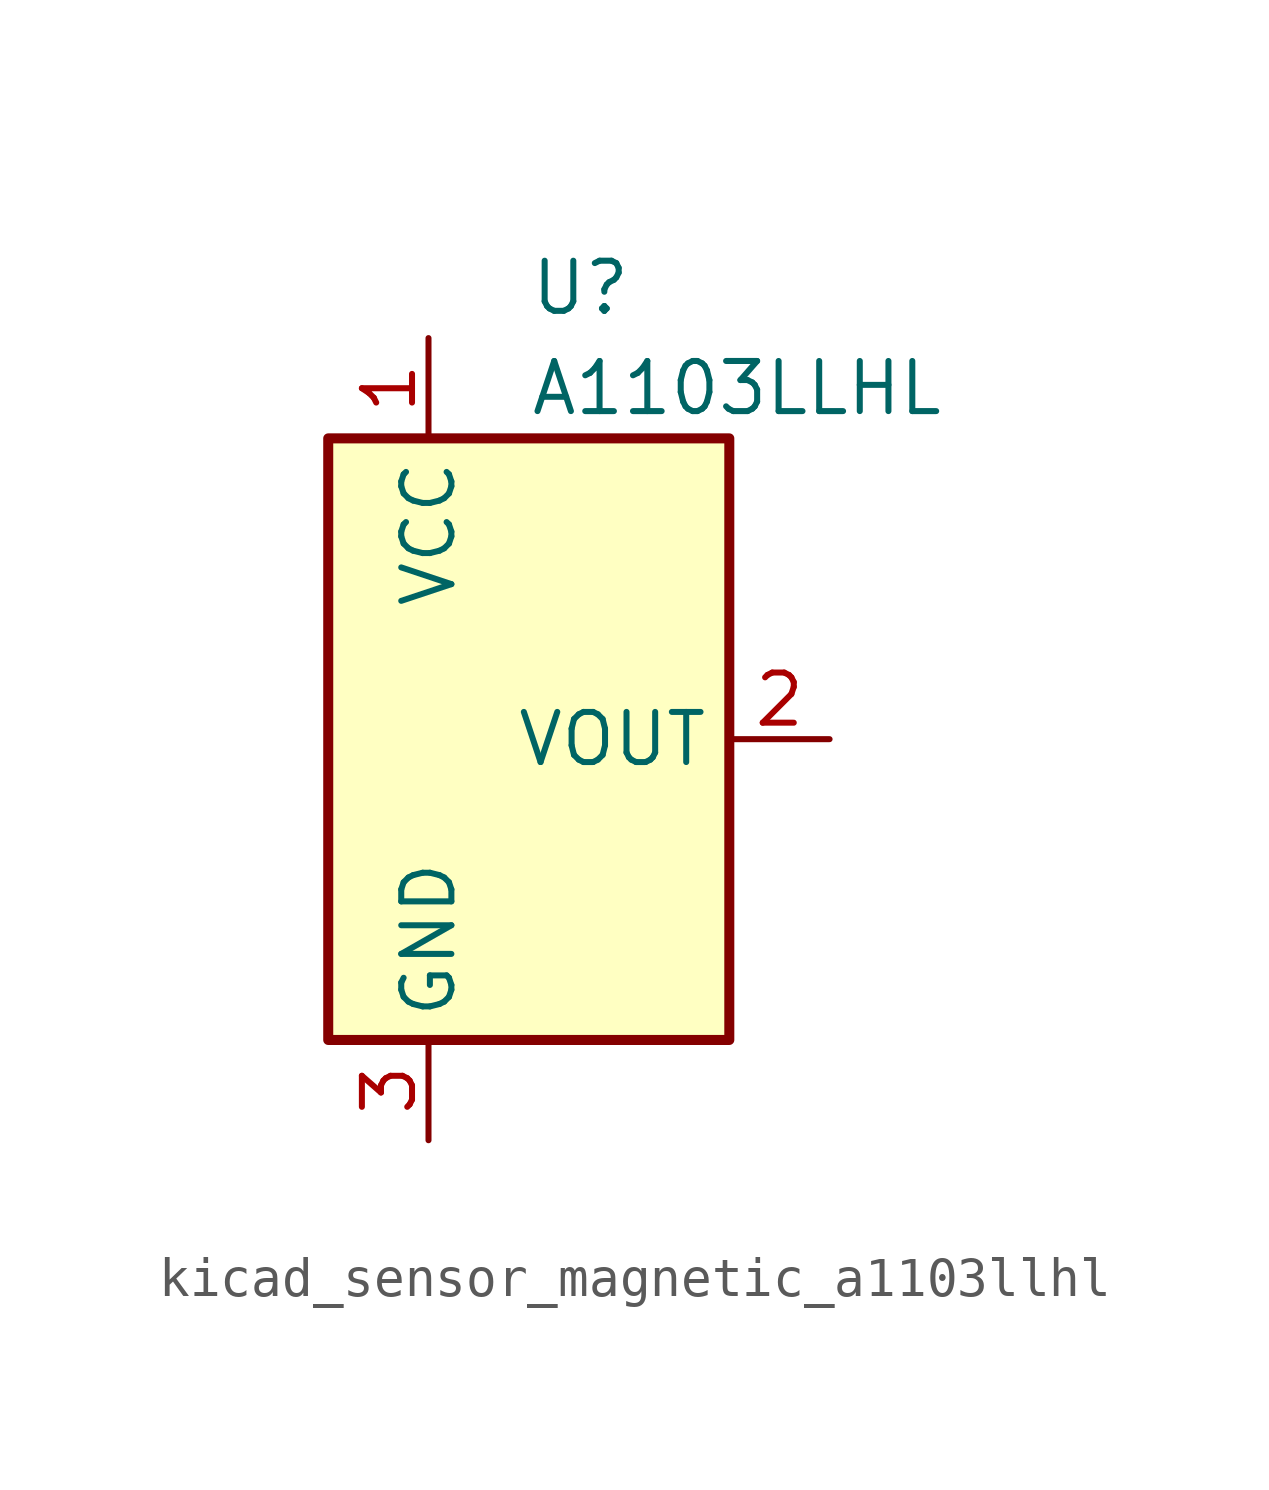
<source format=kicad_sym>
(kicad_symbol_lib
  (version 20220914)
  (generator kicad_symbol_editor)
  (symbol "kicad_sensor_magnetic_a1103llhl"
    (property "Reference" "U"
      (at 0 11.43 0)
      (effects (font (size 1.27 1.27)) (justify left)))
    (property "Value" "A1103LLHL"
      (at 0 8.89 0)
      (effects (font (size 1.27 1.27)) (justify left)))
    (symbol "kicad_sensor_magnetic_a1103llhl_0_1"
      (rectangle (start -5.08 7.62) (end 5.08 -7.62) (stroke (width 0.254) (type default)) (fill (type background))))
    (symbol "kicad_sensor_magnetic_a1103llhl_1_1"
      (pin power_in line (at -2.54 10.16 270) (length 2.54) (name "VCC" (effects (font (size 1.27 1.27)))) (number "1" (effects (font (size 1.27 1.27)))))
      (pin open_collector line (at 7.62 0 180) (length 2.54) (name "VOUT" (effects (font (size 1.27 1.27)))) (number "2" (effects (font (size 1.27 1.27)))))
      (pin power_in line (at -2.54 -10.16 90) (length 2.54) (name "GND" (effects (font (size 1.27 1.27)))) (number "3" (effects (font (size 1.27 1.27))))))))
</source>
